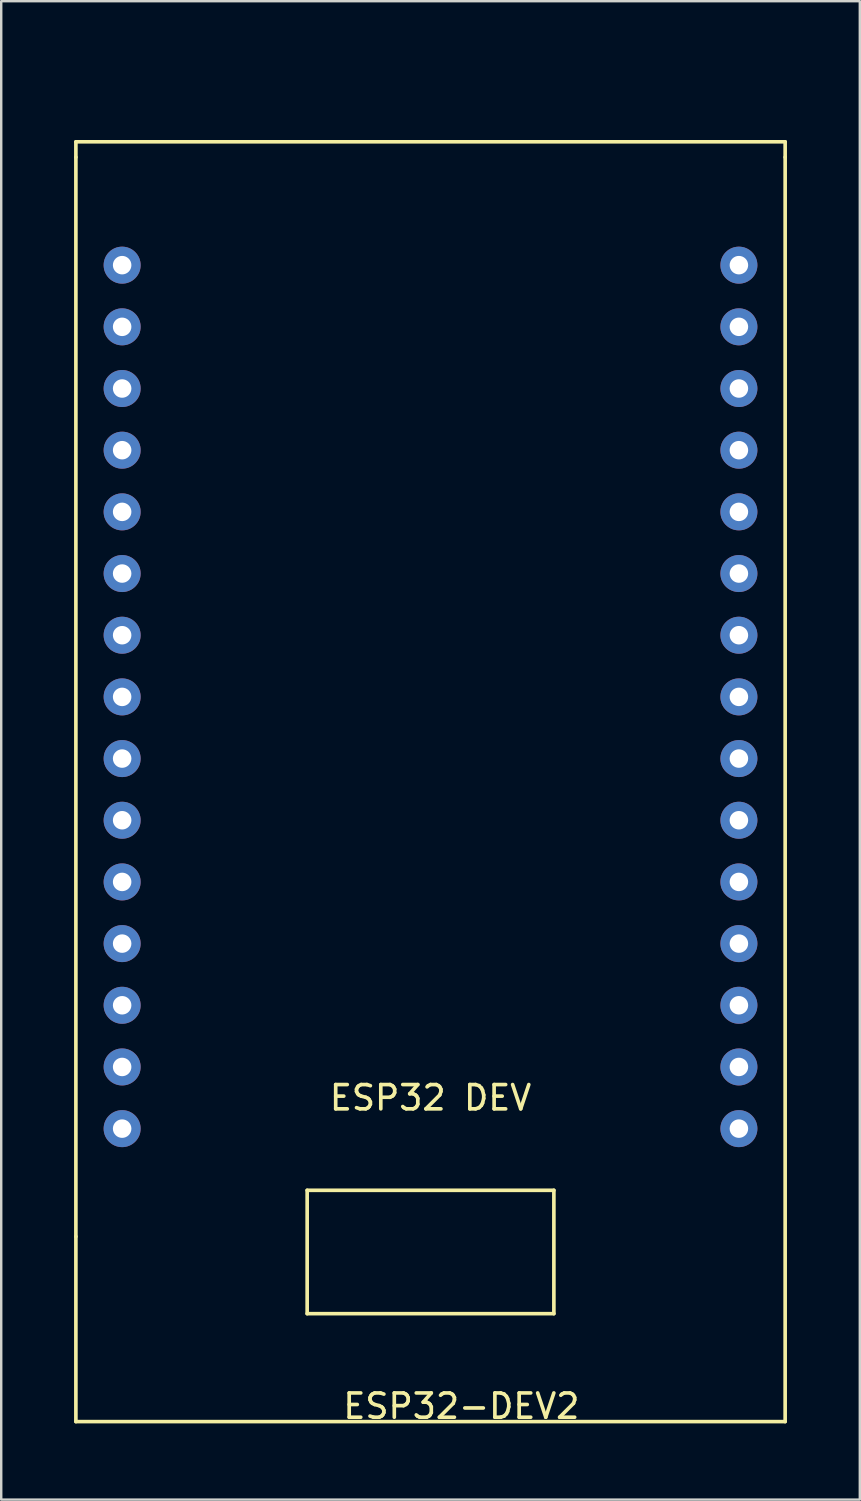
<source format=kicad_pcb>
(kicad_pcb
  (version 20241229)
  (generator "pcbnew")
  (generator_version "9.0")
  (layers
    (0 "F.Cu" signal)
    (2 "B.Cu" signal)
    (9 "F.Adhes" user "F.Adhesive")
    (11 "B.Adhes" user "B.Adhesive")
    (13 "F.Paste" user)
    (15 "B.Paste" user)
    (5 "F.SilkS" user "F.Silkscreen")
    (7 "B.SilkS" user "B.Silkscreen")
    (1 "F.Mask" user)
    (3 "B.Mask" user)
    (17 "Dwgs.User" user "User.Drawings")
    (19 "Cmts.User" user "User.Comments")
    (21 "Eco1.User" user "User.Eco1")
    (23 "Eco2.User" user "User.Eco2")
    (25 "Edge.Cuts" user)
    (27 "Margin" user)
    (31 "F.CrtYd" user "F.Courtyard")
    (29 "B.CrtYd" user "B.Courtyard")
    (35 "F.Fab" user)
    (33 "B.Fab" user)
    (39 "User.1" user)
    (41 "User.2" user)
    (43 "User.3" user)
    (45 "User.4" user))
  (footprint "ESP32-DEV2"
    (layer "F.Cu")
    (at 1.98 0.25)
    (property "Reference" "ESP32-DEV2" (at 13.97 54.61 0) (layer "F.SilkS") (effects (font (size 1 1) (thickness 0.15))))
    (attr through_hole)
    (fp_line (start -1.905 2.54) (end -1.905 3.175) (stroke (width 0.15) (type solid)) (layer "F.SilkS"))
    (fp_line (start -1.905 47.625) (end -1.905 3.175) (stroke (width 0.15) (type solid)) (layer "F.SilkS"))
    (fp_line (start -1.905 47.625) (end -1.905 55.245) (stroke (width 0.15) (type solid)) (layer "F.SilkS"))
    (fp_line (start -1.905 55.245) (end 27.305 55.245) (stroke (width 0.15) (type solid)) (layer "F.SilkS"))
    (fp_line (start 7.62 45.72) (end 17.78 45.72) (stroke (width 0.15) (type solid)) (layer "F.SilkS"))
    (fp_line (start 7.62 50.8) (end 7.62 45.72) (stroke (width 0.15) (type solid)) (layer "F.SilkS"))
    (fp_line (start 17.78 45.72) (end 17.78 50.8) (stroke (width 0.15) (type solid)) (layer "F.SilkS"))
    (fp_line (start 17.78 50.8) (end 7.62 50.8) (stroke (width 0.15) (type solid)) (layer "F.SilkS"))
    (fp_line (start 27.305 2.54) (end -1.905 2.54) (stroke (width 0.15) (type solid)) (layer "F.SilkS"))
    (fp_line (start 27.305 3.175) (end 27.305 2.54) (stroke (width 0.15) (type solid)) (layer "F.SilkS"))
    (fp_line (start 27.305 55.245) (end 27.305 3.175) (stroke (width 0.15) (type solid)) (layer "F.SilkS"))
    (fp_text user "ESP32 DEV" (at 12.7 41.91 0) (layer "F.SilkS") (effects (font (size 1 1) (thickness 0.15))))
    (pad "1" thru_hole circle (at 0 7.62) (size 1.524 1.524) (drill 0.762) (layers "*.Cu" "*.Mask"))
    (pad "2" thru_hole circle (at 0 10.16) (size 1.524 1.524) (drill 0.762) (layers "*.Cu" "*.Mask"))
    (pad "3" thru_hole circle (at 0 12.7) (size 1.524 1.524) (drill 0.762) (layers "*.Cu" "*.Mask"))
    (pad "4" thru_hole circle (at 0 15.24) (size 1.524 1.524) (drill 0.762) (layers "*.Cu" "*.Mask"))
    (pad "5" thru_hole circle (at 0 17.78) (size 1.524 1.524) (drill 0.762) (layers "*.Cu" "*.Mask"))
    (pad "6" thru_hole circle (at 0 20.32) (size 1.524 1.524) (drill 0.762) (layers "*.Cu" "*.Mask"))
    (pad "7" thru_hole circle (at 0 22.86) (size 1.524 1.524) (drill 0.762) (layers "*.Cu" "*.Mask"))
    (pad "8" thru_hole circle (at 0 25.4) (size 1.524 1.524) (drill 0.762) (layers "*.Cu" "*.Mask"))
    (pad "9" thru_hole circle (at 0 27.94) (size 1.524 1.524) (drill 0.762) (layers "*.Cu" "*.Mask"))
    (pad "10" thru_hole circle (at 0 30.48) (size 1.524 1.524) (drill 0.762) (layers "*.Cu" "*.Mask"))
    (pad "11" thru_hole circle (at 0 33.02) (size 1.524 1.524) (drill 0.762) (layers "*.Cu" "*.Mask"))
    (pad "12" thru_hole circle (at 0 35.56) (size 1.524 1.524) (drill 0.762) (layers "*.Cu" "*.Mask"))
    (pad "13" thru_hole circle (at 0 38.1) (size 1.524 1.524) (drill 0.762) (layers "*.Cu" "*.Mask"))
    (pad "14" thru_hole circle (at 0 40.64) (size 1.524 1.524) (drill 0.762) (layers "*.Cu" "*.Mask"))
    (pad "15" thru_hole circle (at 0 43.18) (size 1.524 1.524) (drill 0.762) (layers "*.Cu" "*.Mask"))
    (pad "16" thru_hole circle (at 25.4 7.62) (size 1.524 1.524) (drill 0.762) (layers "*.Cu" "*.Mask"))
    (pad "17" thru_hole circle (at 25.4 10.16) (size 1.524 1.524) (drill 0.762) (layers "*.Cu" "*.Mask"))
    (pad "18" thru_hole circle (at 25.4 12.7) (size 1.524 1.524) (drill 0.762) (layers "*.Cu" "*.Mask"))
    (pad "19" thru_hole circle (at 25.4 15.24) (size 1.524 1.524) (drill 0.762) (layers "*.Cu" "*.Mask"))
    (pad "20" thru_hole circle (at 25.4 17.78) (size 1.524 1.524) (drill 0.762) (layers "*.Cu" "*.Mask"))
    (pad "21" thru_hole circle (at 25.4 20.32) (size 1.524 1.524) (drill 0.762) (layers "*.Cu" "*.Mask"))
    (pad "22" thru_hole circle (at 25.4 22.86) (size 1.524 1.524) (drill 0.762) (layers "*.Cu" "*.Mask"))
    (pad "23" thru_hole circle (at 25.4 25.4) (size 1.524 1.524) (drill 0.762) (layers "*.Cu" "*.Mask"))
    (pad "24" thru_hole circle (at 25.4 27.94) (size 1.524 1.524) (drill 0.762) (layers "*.Cu" "*.Mask"))
    (pad "25" thru_hole circle (at 25.4 30.48) (size 1.524 1.524) (drill 0.762) (layers "*.Cu" "*.Mask"))
    (pad "26" thru_hole circle (at 25.4 33.02) (size 1.524 1.524) (drill 0.762) (layers "*.Cu" "*.Mask"))
    (pad "27" thru_hole circle (at 25.4 35.56) (size 1.524 1.524) (drill 0.762) (layers "*.Cu" "*.Mask"))
    (pad "28" thru_hole circle (at 25.4 38.1) (size 1.524 1.524) (drill 0.762) (layers "*.Cu" "*.Mask"))
    (pad "29" thru_hole circle (at 25.4 40.64) (size 1.524 1.524) (drill 0.762) (layers "*.Cu" "*.Mask"))
    (pad "30" thru_hole circle (at 25.4 43.18) (size 1.524 1.524) (drill 0.762) (layers "*.Cu" "*.Mask")))
  (gr_rect
    (start -3 -3)
    (end 32.36 58.708)
    (stroke (width 0.1) (type default))
    (fill no)
    (layer "Edge.Cuts")))
</source>
